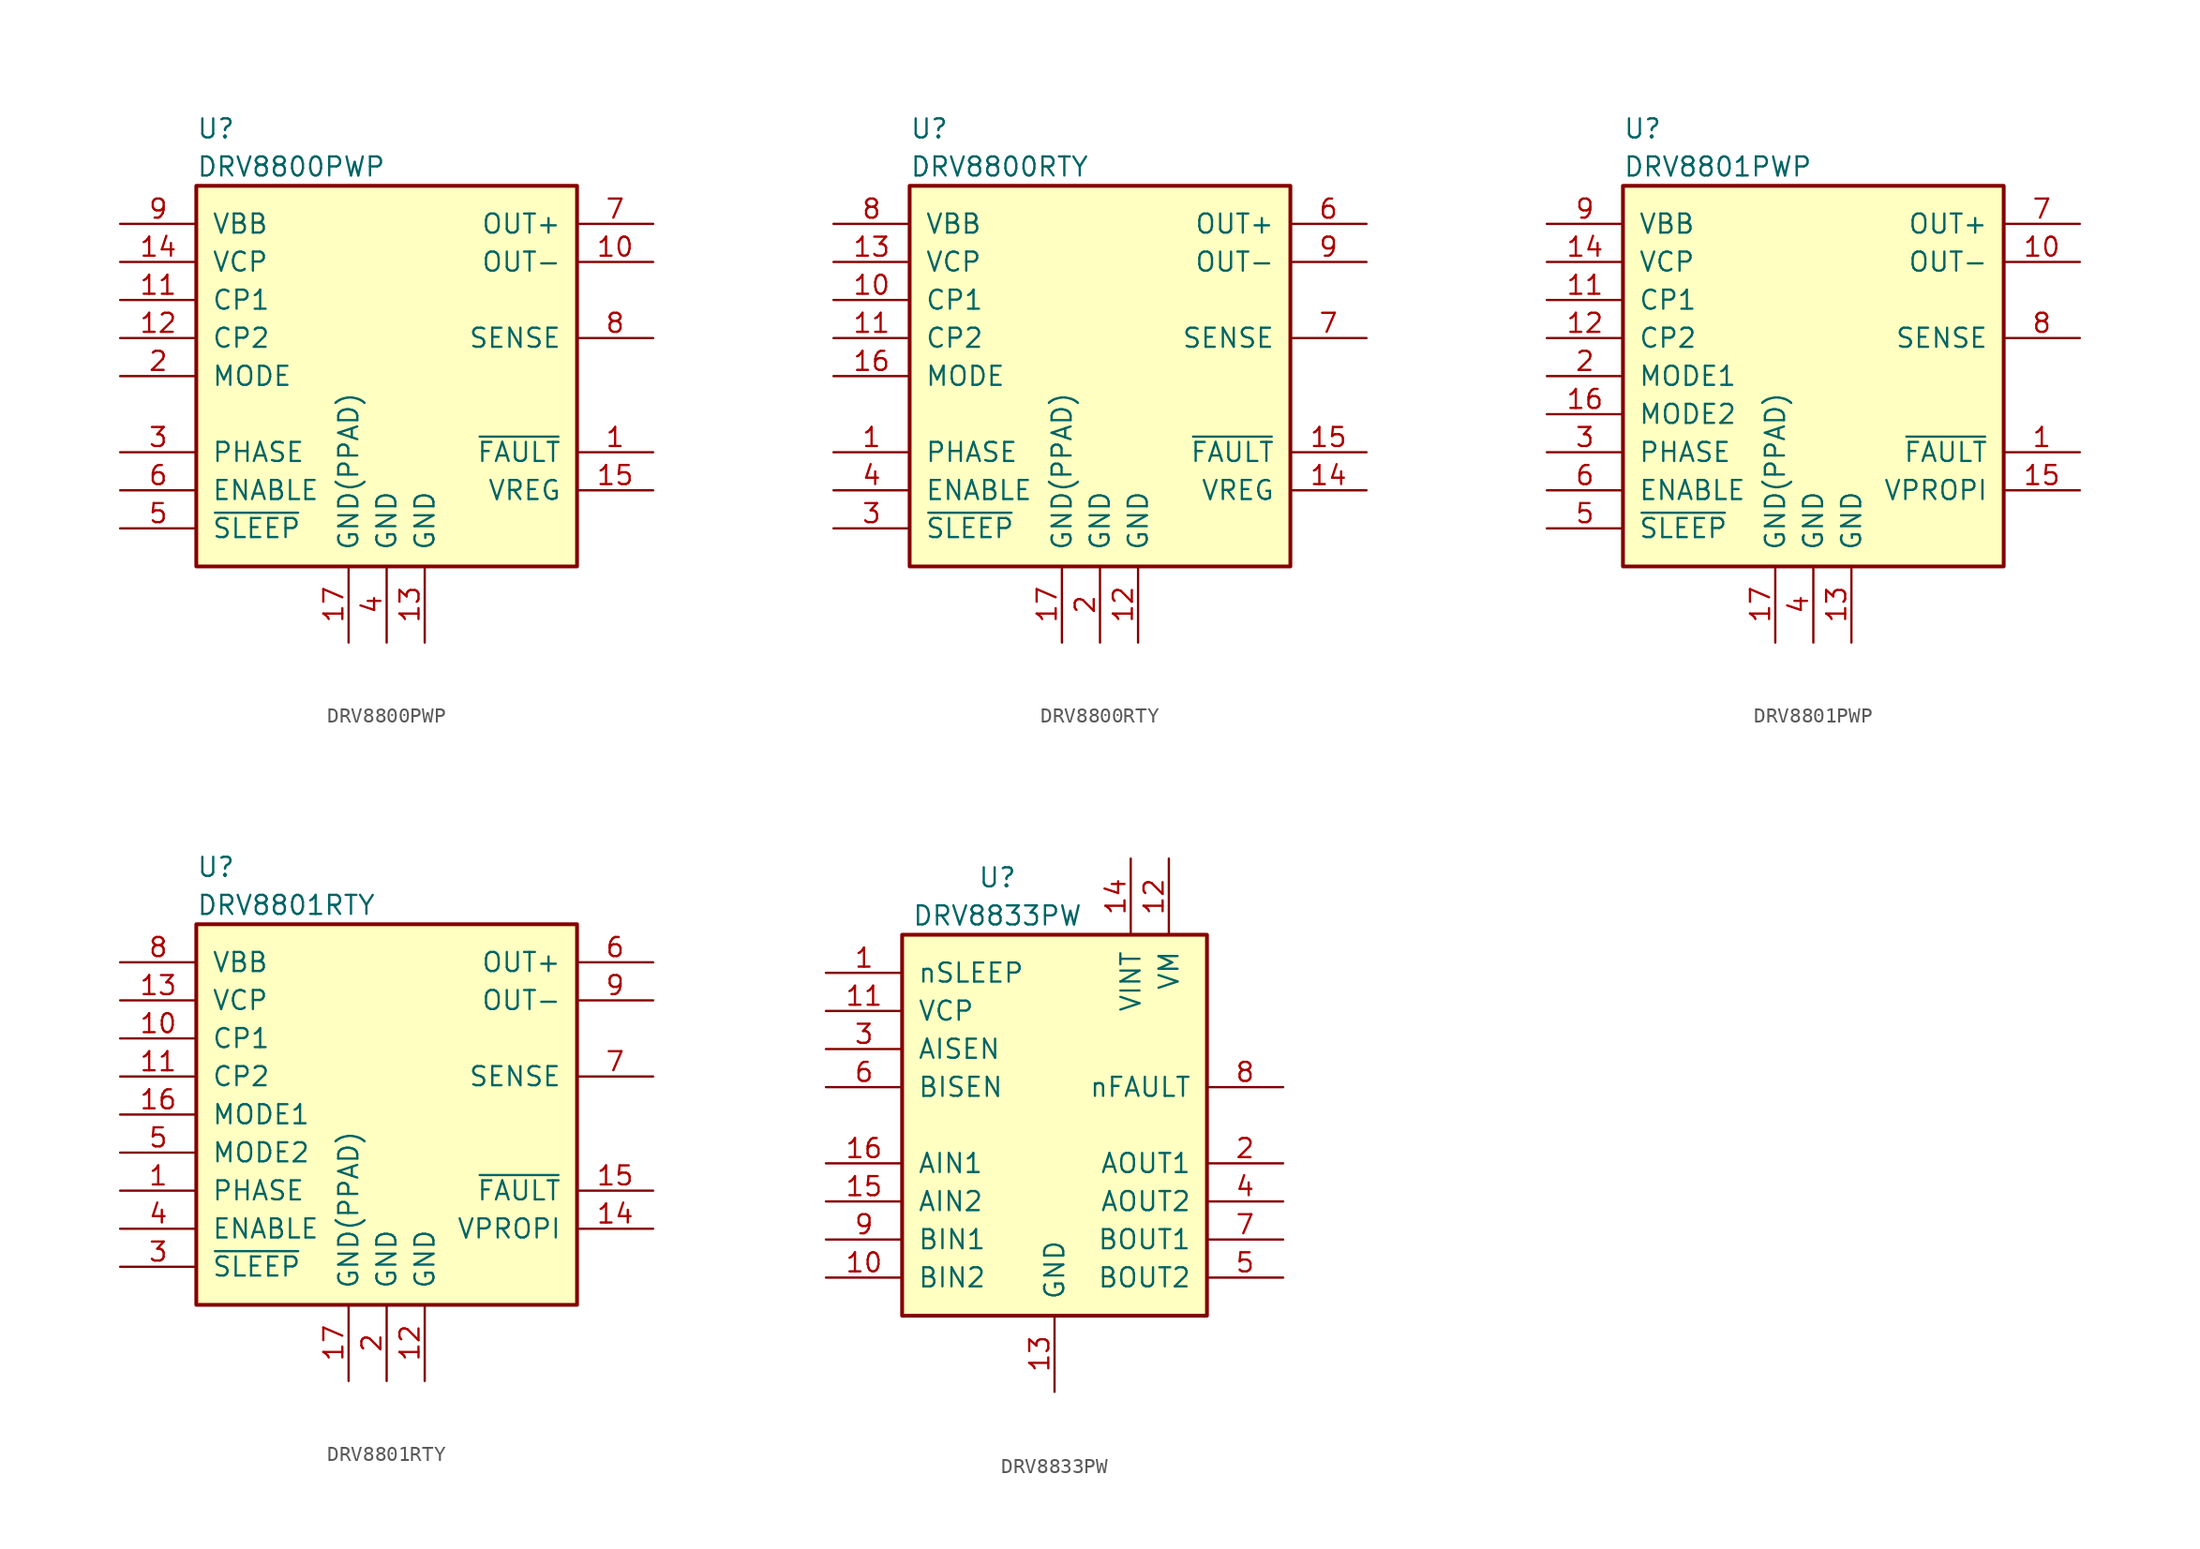
<source format=kicad_sym>
(kicad_symbol_lib
  (version 20201005)
  (generator kicad_symbol_editor)
  (symbol "Driver_Motor:DRV8800PWP"
    (pin_names
      (offset 1.016))
    (property "Reference" "U"
      (at -12.7 16.51 0)
      (effects (font (size 1.27 1.27)) (justify left)))
    (property "Value" "DRV8800PWP"
      (at -12.7 13.97 0)
      (effects (font (size 1.27 1.27)) (justify left)))
    (symbol "DRV8800PWP_0_1"
      (rectangle (start -12.7 12.7) (end 12.7 -12.7) (stroke (width 0.254)) (fill (type background))))
    (symbol "DRV8800PWP_1_1"
      (pin open_collector line (at 17.78 -5.08 180) (length 5.08) (name "~FAULT" (effects (font (size 1.27 1.27)))) (number "1" (effects (font (size 1.27 1.27)))))
      (pin power_out line (at 17.78 7.62 180) (length 5.08) (name "OUT-" (effects (font (size 1.27 1.27)))) (number "10" (effects (font (size 1.27 1.27)))))
      (pin power_in line (at -17.78 5.08 0) (length 5.08) (name "CP1" (effects (font (size 1.27 1.27)))) (number "11" (effects (font (size 1.27 1.27)))))
      (pin power_in line (at -17.78 2.54 0) (length 5.08) (name "CP2" (effects (font (size 1.27 1.27)))) (number "12" (effects (font (size 1.27 1.27)))))
      (pin power_in line (at 2.54 -17.78 90) (length 5.08) (name "GND" (effects (font (size 1.27 1.27)))) (number "13" (effects (font (size 1.27 1.27)))))
      (pin power_in line (at -17.78 7.62 0) (length 5.08) (name "VCP" (effects (font (size 1.27 1.27)))) (number "14" (effects (font (size 1.27 1.27)))))
      (pin output line (at 17.78 -7.62 180) (length 5.08) (name "VREG" (effects (font (size 1.27 1.27)))) (number "15" (effects (font (size 1.27 1.27)))))
      (pin no_connect line (at -17.78 -2.54 0) (length 5.08) hide (name "NC" (effects (font (size 1.27 1.27)))) (number "16" (effects (font (size 1.27 1.27)))))
      (pin power_in line (at -2.54 -17.78 90) (length 5.08) (name "GND(PPAD)" (effects (font (size 1.27 1.27)))) (number "17" (effects (font (size 1.27 1.27)))))
      (pin input line (at -17.78 0 0) (length 5.08) (name "MODE" (effects (font (size 1.27 1.27)))) (number "2" (effects (font (size 1.27 1.27)))))
      (pin input line (at -17.78 -5.08 0) (length 5.08) (name "PHASE" (effects (font (size 1.27 1.27)))) (number "3" (effects (font (size 1.27 1.27)))))
      (pin power_in line (at 0 -17.78 90) (length 5.08) (name "GND" (effects (font (size 1.27 1.27)))) (number "4" (effects (font (size 1.27 1.27)))))
      (pin input line (at -17.78 -10.16 0) (length 5.08) (name "~SLEEP" (effects (font (size 1.27 1.27)))) (number "5" (effects (font (size 1.27 1.27)))))
      (pin input line (at -17.78 -7.62 0) (length 5.08) (name "ENABLE" (effects (font (size 1.27 1.27)))) (number "6" (effects (font (size 1.27 1.27)))))
      (pin power_out line (at 17.78 10.16 180) (length 5.08) (name "OUT+" (effects (font (size 1.27 1.27)))) (number "7" (effects (font (size 1.27 1.27)))))
      (pin power_out line (at 17.78 2.54 180) (length 5.08) (name "SENSE" (effects (font (size 1.27 1.27)))) (number "8" (effects (font (size 1.27 1.27)))))
      (pin power_in line (at -17.78 10.16 0) (length 5.08) (name "VBB" (effects (font (size 1.27 1.27)))) (number "9" (effects (font (size 1.27 1.27)))))))
  (symbol "Driver_Motor:DRV8800RTY"
    (pin_names
      (offset 1.016))
    (property "Reference" "U"
      (at -12.7 16.51 0)
      (effects (font (size 1.27 1.27)) (justify left)))
    (property "Value" "DRV8800RTY"
      (at -12.7 13.97 0)
      (effects (font (size 1.27 1.27)) (justify left)))
    (symbol "DRV8800RTY_0_1"
      (rectangle (start -12.7 12.7) (end 12.7 -12.7) (stroke (width 0.254)) (fill (type background))))
    (symbol "DRV8800RTY_1_1"
      (pin input line (at -17.78 -5.08 0) (length 5.08) (name "PHASE" (effects (font (size 1.27 1.27)))) (number "1" (effects (font (size 1.27 1.27)))))
      (pin power_in line (at -17.78 5.08 0) (length 5.08) (name "CP1" (effects (font (size 1.27 1.27)))) (number "10" (effects (font (size 1.27 1.27)))))
      (pin power_in line (at -17.78 2.54 0) (length 5.08) (name "CP2" (effects (font (size 1.27 1.27)))) (number "11" (effects (font (size 1.27 1.27)))))
      (pin power_in line (at 2.54 -17.78 90) (length 5.08) (name "GND" (effects (font (size 1.27 1.27)))) (number "12" (effects (font (size 1.27 1.27)))))
      (pin power_in line (at -17.78 7.62 0) (length 5.08) (name "VCP" (effects (font (size 1.27 1.27)))) (number "13" (effects (font (size 1.27 1.27)))))
      (pin output line (at 17.78 -7.62 180) (length 5.08) (name "VREG" (effects (font (size 1.27 1.27)))) (number "14" (effects (font (size 1.27 1.27)))))
      (pin open_collector line (at 17.78 -5.08 180) (length 5.08) (name "~FAULT" (effects (font (size 1.27 1.27)))) (number "15" (effects (font (size 1.27 1.27)))))
      (pin input line (at -17.78 0 0) (length 5.08) (name "MODE" (effects (font (size 1.27 1.27)))) (number "16" (effects (font (size 1.27 1.27)))))
      (pin power_in line (at -2.54 -17.78 90) (length 5.08) (name "GND(PPAD)" (effects (font (size 1.27 1.27)))) (number "17" (effects (font (size 1.27 1.27)))))
      (pin power_in line (at 0 -17.78 90) (length 5.08) (name "GND" (effects (font (size 1.27 1.27)))) (number "2" (effects (font (size 1.27 1.27)))))
      (pin input line (at -17.78 -10.16 0) (length 5.08) (name "~SLEEP" (effects (font (size 1.27 1.27)))) (number "3" (effects (font (size 1.27 1.27)))))
      (pin input line (at -17.78 -7.62 0) (length 5.08) (name "ENABLE" (effects (font (size 1.27 1.27)))) (number "4" (effects (font (size 1.27 1.27)))))
      (pin no_connect line (at -17.78 -2.54 0) (length 5.08) hide (name "NC" (effects (font (size 1.27 1.27)))) (number "5" (effects (font (size 1.27 1.27)))))
      (pin power_out line (at 17.78 10.16 180) (length 5.08) (name "OUT+" (effects (font (size 1.27 1.27)))) (number "6" (effects (font (size 1.27 1.27)))))
      (pin power_out line (at 17.78 2.54 180) (length 5.08) (name "SENSE" (effects (font (size 1.27 1.27)))) (number "7" (effects (font (size 1.27 1.27)))))
      (pin power_in line (at -17.78 10.16 0) (length 5.08) (name "VBB" (effects (font (size 1.27 1.27)))) (number "8" (effects (font (size 1.27 1.27)))))
      (pin power_out line (at 17.78 7.62 180) (length 5.08) (name "OUT-" (effects (font (size 1.27 1.27)))) (number "9" (effects (font (size 1.27 1.27)))))))
  (symbol "Driver_Motor:DRV8801PWP"
    (pin_names
      (offset 1.016))
    (property "Reference" "U"
      (at -12.7 16.51 0)
      (effects (font (size 1.27 1.27)) (justify left)))
    (property "Value" "DRV8801PWP"
      (at -12.7 13.97 0)
      (effects (font (size 1.27 1.27)) (justify left)))
    (symbol "DRV8801PWP_0_1"
      (rectangle (start -12.7 12.7) (end 12.7 -12.7) (stroke (width 0.254)) (fill (type background))))
    (symbol "DRV8801PWP_1_1"
      (pin open_collector line (at 17.78 -5.08 180) (length 5.08) (name "~FAULT" (effects (font (size 1.27 1.27)))) (number "1" (effects (font (size 1.27 1.27)))))
      (pin power_out line (at 17.78 7.62 180) (length 5.08) (name "OUT-" (effects (font (size 1.27 1.27)))) (number "10" (effects (font (size 1.27 1.27)))))
      (pin power_in line (at -17.78 5.08 0) (length 5.08) (name "CP1" (effects (font (size 1.27 1.27)))) (number "11" (effects (font (size 1.27 1.27)))))
      (pin power_in line (at -17.78 2.54 0) (length 5.08) (name "CP2" (effects (font (size 1.27 1.27)))) (number "12" (effects (font (size 1.27 1.27)))))
      (pin power_in line (at 2.54 -17.78 90) (length 5.08) (name "GND" (effects (font (size 1.27 1.27)))) (number "13" (effects (font (size 1.27 1.27)))))
      (pin power_in line (at -17.78 7.62 0) (length 5.08) (name "VCP" (effects (font (size 1.27 1.27)))) (number "14" (effects (font (size 1.27 1.27)))))
      (pin output line (at 17.78 -7.62 180) (length 5.08) (name "VPROPI" (effects (font (size 1.27 1.27)))) (number "15" (effects (font (size 1.27 1.27)))))
      (pin input line (at -17.78 -2.54 0) (length 5.08) (name "MODE2" (effects (font (size 1.27 1.27)))) (number "16" (effects (font (size 1.27 1.27)))))
      (pin power_in line (at -2.54 -17.78 90) (length 5.08) (name "GND(PPAD)" (effects (font (size 1.27 1.27)))) (number "17" (effects (font (size 1.27 1.27)))))
      (pin input line (at -17.78 0 0) (length 5.08) (name "MODE1" (effects (font (size 1.27 1.27)))) (number "2" (effects (font (size 1.27 1.27)))))
      (pin input line (at -17.78 -5.08 0) (length 5.08) (name "PHASE" (effects (font (size 1.27 1.27)))) (number "3" (effects (font (size 1.27 1.27)))))
      (pin power_in line (at 0 -17.78 90) (length 5.08) (name "GND" (effects (font (size 1.27 1.27)))) (number "4" (effects (font (size 1.27 1.27)))))
      (pin input line (at -17.78 -10.16 0) (length 5.08) (name "~SLEEP" (effects (font (size 1.27 1.27)))) (number "5" (effects (font (size 1.27 1.27)))))
      (pin input line (at -17.78 -7.62 0) (length 5.08) (name "ENABLE" (effects (font (size 1.27 1.27)))) (number "6" (effects (font (size 1.27 1.27)))))
      (pin power_out line (at 17.78 10.16 180) (length 5.08) (name "OUT+" (effects (font (size 1.27 1.27)))) (number "7" (effects (font (size 1.27 1.27)))))
      (pin power_out line (at 17.78 2.54 180) (length 5.08) (name "SENSE" (effects (font (size 1.27 1.27)))) (number "8" (effects (font (size 1.27 1.27)))))
      (pin power_in line (at -17.78 10.16 0) (length 5.08) (name "VBB" (effects (font (size 1.27 1.27)))) (number "9" (effects (font (size 1.27 1.27)))))))
  (symbol "Driver_Motor:DRV8801RTY"
    (pin_names
      (offset 1.016))
    (property "Reference" "U"
      (at -12.7 16.51 0)
      (effects (font (size 1.27 1.27)) (justify left)))
    (property "Value" "DRV8801RTY"
      (at -12.7 13.97 0)
      (effects (font (size 1.27 1.27)) (justify left)))
    (symbol "DRV8801RTY_0_1"
      (rectangle (start -12.7 12.7) (end 12.7 -12.7) (stroke (width 0.254)) (fill (type background))))
    (symbol "DRV8801RTY_1_1"
      (pin input line (at -17.78 -5.08 0) (length 5.08) (name "PHASE" (effects (font (size 1.27 1.27)))) (number "1" (effects (font (size 1.27 1.27)))))
      (pin power_in line (at -17.78 5.08 0) (length 5.08) (name "CP1" (effects (font (size 1.27 1.27)))) (number "10" (effects (font (size 1.27 1.27)))))
      (pin power_in line (at -17.78 2.54 0) (length 5.08) (name "CP2" (effects (font (size 1.27 1.27)))) (number "11" (effects (font (size 1.27 1.27)))))
      (pin power_in line (at 2.54 -17.78 90) (length 5.08) (name "GND" (effects (font (size 1.27 1.27)))) (number "12" (effects (font (size 1.27 1.27)))))
      (pin power_in line (at -17.78 7.62 0) (length 5.08) (name "VCP" (effects (font (size 1.27 1.27)))) (number "13" (effects (font (size 1.27 1.27)))))
      (pin output line (at 17.78 -7.62 180) (length 5.08) (name "VPROPI" (effects (font (size 1.27 1.27)))) (number "14" (effects (font (size 1.27 1.27)))))
      (pin open_collector line (at 17.78 -5.08 180) (length 5.08) (name "~FAULT" (effects (font (size 1.27 1.27)))) (number "15" (effects (font (size 1.27 1.27)))))
      (pin input line (at -17.78 0 0) (length 5.08) (name "MODE1" (effects (font (size 1.27 1.27)))) (number "16" (effects (font (size 1.27 1.27)))))
      (pin power_in line (at -2.54 -17.78 90) (length 5.08) (name "GND(PPAD)" (effects (font (size 1.27 1.27)))) (number "17" (effects (font (size 1.27 1.27)))))
      (pin power_in line (at 0 -17.78 90) (length 5.08) (name "GND" (effects (font (size 1.27 1.27)))) (number "2" (effects (font (size 1.27 1.27)))))
      (pin input line (at -17.78 -10.16 0) (length 5.08) (name "~SLEEP" (effects (font (size 1.27 1.27)))) (number "3" (effects (font (size 1.27 1.27)))))
      (pin input line (at -17.78 -7.62 0) (length 5.08) (name "ENABLE" (effects (font (size 1.27 1.27)))) (number "4" (effects (font (size 1.27 1.27)))))
      (pin input line (at -17.78 -2.54 0) (length 5.08) (name "MODE2" (effects (font (size 1.27 1.27)))) (number "5" (effects (font (size 1.27 1.27)))))
      (pin power_out line (at 17.78 10.16 180) (length 5.08) (name "OUT+" (effects (font (size 1.27 1.27)))) (number "6" (effects (font (size 1.27 1.27)))))
      (pin power_out line (at 17.78 2.54 180) (length 5.08) (name "SENSE" (effects (font (size 1.27 1.27)))) (number "7" (effects (font (size 1.27 1.27)))))
      (pin power_in line (at -17.78 10.16 0) (length 5.08) (name "VBB" (effects (font (size 1.27 1.27)))) (number "8" (effects (font (size 1.27 1.27)))))
      (pin power_out line (at 17.78 7.62 180) (length 5.08) (name "OUT-" (effects (font (size 1.27 1.27)))) (number "9" (effects (font (size 1.27 1.27)))))))
  (symbol "Driver_Motor:DRV8833PW"
    (pin_names
      (offset 1.016))
    (property "Reference" "U"
      (at -3.81 16.51 0)
      (effects (font (size 1.27 1.27))))
    (property "Value" "DRV8833PW"
      (at -3.81 13.97 0)
      (effects (font (size 1.27 1.27))))
    (symbol "DRV8833PW_0_1"
      (rectangle (start -10.16 12.7) (end 10.16 -12.7) (stroke (width 0.254)) (fill (type background))))
    (symbol "DRV8833PW_1_1"
      (pin input line (at -15.24 10.16 0) (length 5.08) (name "nSLEEP" (effects (font (size 1.27 1.27)))) (number "1" (effects (font (size 1.27 1.27)))))
      (pin input line (at -15.24 -10.16 0) (length 5.08) (name "BIN2" (effects (font (size 1.27 1.27)))) (number "10" (effects (font (size 1.27 1.27)))))
      (pin bidirectional line (at -15.24 7.62 0) (length 5.08) (name "VCP" (effects (font (size 1.27 1.27)))) (number "11" (effects (font (size 1.27 1.27)))))
      (pin power_in line (at 7.62 17.78 270) (length 5.08) (name "VM" (effects (font (size 1.27 1.27)))) (number "12" (effects (font (size 1.27 1.27)))))
      (pin power_in line (at 0 -17.78 90) (length 5.08) (name "GND" (effects (font (size 1.27 1.27)))) (number "13" (effects (font (size 1.27 1.27)))))
      (pin power_in line (at 5.08 17.78 270) (length 5.08) (name "VINT" (effects (font (size 1.27 1.27)))) (number "14" (effects (font (size 1.27 1.27)))))
      (pin input line (at -15.24 -5.08 0) (length 5.08) (name "AIN2" (effects (font (size 1.27 1.27)))) (number "15" (effects (font (size 1.27 1.27)))))
      (pin input line (at -15.24 -2.54 0) (length 5.08) (name "AIN1" (effects (font (size 1.27 1.27)))) (number "16" (effects (font (size 1.27 1.27)))))
      (pin power_out line (at 15.24 -2.54 180) (length 5.08) (name "AOUT1" (effects (font (size 1.27 1.27)))) (number "2" (effects (font (size 1.27 1.27)))))
      (pin bidirectional line (at -15.24 5.08 0) (length 5.08) (name "AISEN" (effects (font (size 1.27 1.27)))) (number "3" (effects (font (size 1.27 1.27)))))
      (pin power_out line (at 15.24 -5.08 180) (length 5.08) (name "AOUT2" (effects (font (size 1.27 1.27)))) (number "4" (effects (font (size 1.27 1.27)))))
      (pin power_out line (at 15.24 -10.16 180) (length 5.08) (name "BOUT2" (effects (font (size 1.27 1.27)))) (number "5" (effects (font (size 1.27 1.27)))))
      (pin bidirectional line (at -15.24 2.54 0) (length 5.08) (name "BISEN" (effects (font (size 1.27 1.27)))) (number "6" (effects (font (size 1.27 1.27)))))
      (pin power_out line (at 15.24 -7.62 180) (length 5.08) (name "BOUT1" (effects (font (size 1.27 1.27)))) (number "7" (effects (font (size 1.27 1.27)))))
      (pin open_collector line (at 15.24 2.54 180) (length 5.08) (name "nFAULT" (effects (font (size 1.27 1.27)))) (number "8" (effects (font (size 1.27 1.27)))))
      (pin input line (at -15.24 -7.62 0) (length 5.08) (name "BIN1" (effects (font (size 1.27 1.27)))) (number "9" (effects (font (size 1.27 1.27))))))))
</source>
